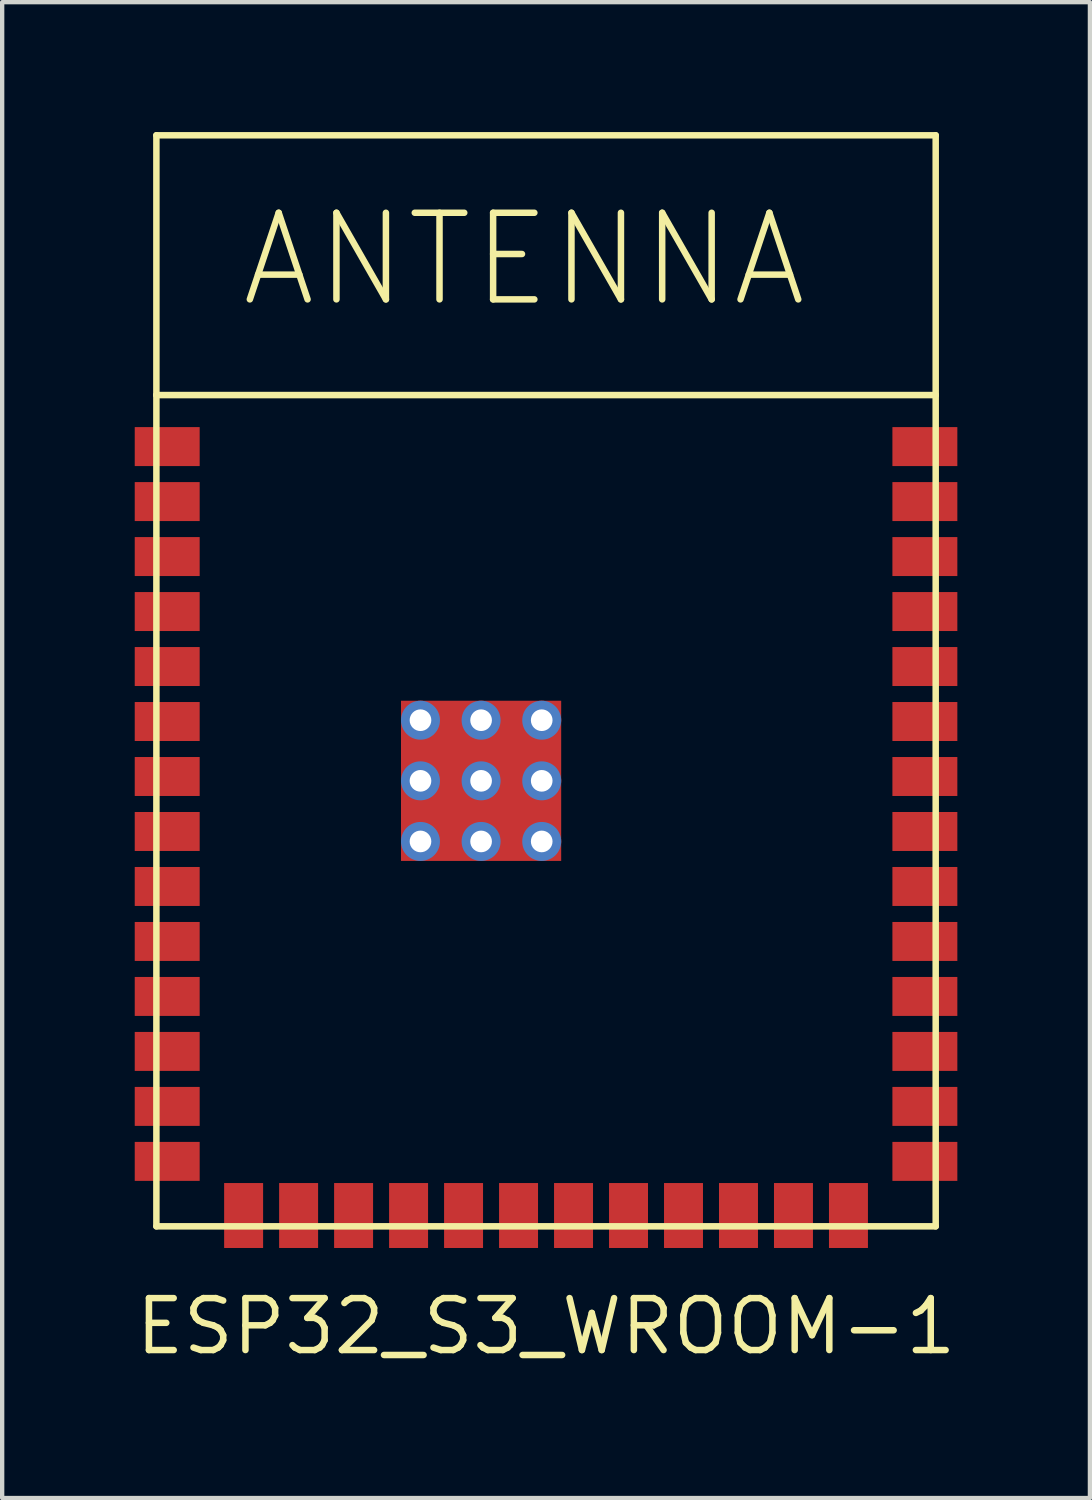
<source format=kicad_pcb>
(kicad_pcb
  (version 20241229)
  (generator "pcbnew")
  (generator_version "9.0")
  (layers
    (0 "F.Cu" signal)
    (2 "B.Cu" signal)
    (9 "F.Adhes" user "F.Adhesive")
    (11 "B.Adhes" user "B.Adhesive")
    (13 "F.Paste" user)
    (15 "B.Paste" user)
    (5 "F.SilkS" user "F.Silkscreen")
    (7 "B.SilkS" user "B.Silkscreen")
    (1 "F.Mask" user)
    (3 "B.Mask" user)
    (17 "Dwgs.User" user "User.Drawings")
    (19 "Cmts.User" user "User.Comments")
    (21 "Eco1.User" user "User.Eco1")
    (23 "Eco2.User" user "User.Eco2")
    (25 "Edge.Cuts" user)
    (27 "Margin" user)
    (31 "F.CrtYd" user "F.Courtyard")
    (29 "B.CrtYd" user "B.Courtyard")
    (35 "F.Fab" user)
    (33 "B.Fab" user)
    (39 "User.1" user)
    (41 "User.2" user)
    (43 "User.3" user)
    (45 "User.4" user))
  (footprint "ESP32_S3_WROOM-1"
    (layer "F.Cu")
    (at 9.562 16.155)
    (property "Reference" "ESP32_S3_WROOM-1" (at 0 11.43 0) (layer "F.SilkS") (effects (font (size 1.2 1.2) (thickness 0.15))))
    (attr through_hole)
    (fp_line (start -9 -16.08) (end 9 -16.08) (stroke (width 0.15) (type solid)) (layer "F.SilkS"))
    (fp_line (start -9 -10.08) (end -9 -16.08) (stroke (width 0.15) (type solid)) (layer "F.SilkS"))
    (fp_line (start -9 -10.08) (end 9 -10.08) (stroke (width 0.15) (type solid)) (layer "F.SilkS"))
    (fp_line (start -9 9.12) (end -9 -10.08) (stroke (width 0.15) (type solid)) (layer "F.SilkS"))
    (fp_line (start 9 -16.08) (end 9 -10.08) (stroke (width 0.15) (type solid)) (layer "F.SilkS"))
    (fp_line (start 9 -10.08) (end 9 9.12) (stroke (width 0.15) (type solid)) (layer "F.SilkS"))
    (fp_line (start 9 9.12) (end -9 9.12) (stroke (width 0.15) (type solid)) (layer "F.SilkS"))
    (fp_text user "ANTENNA" (at -0.508 -13.208 0) (layer "F.SilkS") (effects (font (size 2 2) (thickness 0.15))))
    (pad "1" smd rect (at -8.75 -8.89) (size 1.5 0.9) (layers "F.Cu" "F.Mask" "F.Paste"))
    (pad "2" smd rect (at -8.75 -7.62) (size 1.5 0.9) (layers "F.Cu" "F.Mask" "F.Paste"))
    (pad "3" smd rect (at -8.75 -6.35) (size 1.5 0.9) (layers "F.Cu" "F.Mask" "F.Paste"))
    (pad "4" smd rect (at -8.75 -5.08) (size 1.5 0.9) (layers "F.Cu" "F.Mask" "F.Paste"))
    (pad "5" smd rect (at -8.75 -3.81) (size 1.5 0.9) (layers "F.Cu" "F.Mask" "F.Paste"))
    (pad "6" smd rect (at -8.75 -2.54) (size 1.5 0.9) (layers "F.Cu" "F.Mask" "F.Paste"))
    (pad "7" smd rect (at -8.75 -1.27) (size 1.5 0.9) (layers "F.Cu" "F.Mask" "F.Paste"))
    (pad "8" smd rect (at -8.75 0) (size 1.5 0.9) (layers "F.Cu" "F.Mask" "F.Paste"))
    (pad "9" smd rect (at -8.75 1.27) (size 1.5 0.9) (layers "F.Cu" "F.Mask" "F.Paste"))
    (pad "10" smd rect (at -8.75 2.54) (size 1.5 0.9) (layers "F.Cu" "F.Mask" "F.Paste"))
    (pad "11" smd rect (at -8.75 3.81) (size 1.5 0.9) (layers "F.Cu" "F.Mask" "F.Paste"))
    (pad "12" smd rect (at -8.75 5.08) (size 1.5 0.9) (layers "F.Cu" "F.Mask" "F.Paste"))
    (pad "13" smd rect (at -8.75 6.35) (size 1.5 0.9) (layers "F.Cu" "F.Mask" "F.Paste"))
    (pad "14" smd rect (at -8.75 7.62) (size 1.5 0.9) (layers "F.Cu" "F.Mask" "F.Paste"))
    (pad "15" smd rect (at -6.985 8.87) (size 0.9 1.5) (layers "F.Cu" "F.Mask" "F.Paste"))
    (pad "16" smd rect (at -5.715 8.87) (size 0.9 1.5) (layers "F.Cu" "F.Mask" "F.Paste"))
    (pad "17" smd rect (at -4.445 8.87) (size 0.9 1.5) (layers "F.Cu" "F.Mask" "F.Paste"))
    (pad "18" smd rect (at -3.175 8.87) (size 0.9 1.5) (layers "F.Cu" "F.Mask" "F.Paste"))
    (pad "19" smd rect (at -1.905 8.87) (size 0.9 1.5) (layers "F.Cu" "F.Mask" "F.Paste"))
    (pad "20" smd rect (at -0.635 8.87) (size 0.9 1.5) (layers "F.Cu" "F.Mask" "F.Paste"))
    (pad "21" smd rect (at 0.635 8.87) (size 0.9 1.5) (layers "F.Cu" "F.Mask" "F.Paste"))
    (pad "22" smd rect (at 1.905 8.87) (size 0.9 1.5) (layers "F.Cu" "F.Mask" "F.Paste"))
    (pad "23" smd rect (at 3.175 8.87) (size 0.9 1.5) (layers "F.Cu" "F.Mask" "F.Paste"))
    (pad "24" smd rect (at 4.445 8.87) (size 0.9 1.5) (layers "F.Cu" "F.Mask" "F.Paste"))
    (pad "25" smd rect (at 5.715 8.87) (size 0.9 1.5) (layers "F.Cu" "F.Mask" "F.Paste"))
    (pad "26" smd rect (at 6.985 8.87) (size 0.9 1.5) (layers "F.Cu" "F.Mask" "F.Paste"))
    (pad "27" smd rect (at 8.75 7.62) (size 1.5 0.9) (layers "F.Cu" "F.Mask" "F.Paste"))
    (pad "28" smd rect (at 8.75 6.35) (size 1.5 0.9) (layers "F.Cu" "F.Mask" "F.Paste"))
    (pad "29" smd rect (at 8.75 5.08) (size 1.5 0.9) (layers "F.Cu" "F.Mask" "F.Paste"))
    (pad "30" smd rect (at 8.75 3.81) (size 1.5 0.9) (layers "F.Cu" "F.Mask" "F.Paste"))
    (pad "31" smd rect (at 8.75 2.54) (size 1.5 0.9) (layers "F.Cu" "F.Mask" "F.Paste"))
    (pad "32" smd rect (at 8.75 1.27) (size 1.5 0.9) (layers "F.Cu" "F.Mask" "F.Paste"))
    (pad "33" smd rect (at 8.75 0) (size 1.5 0.9) (layers "F.Cu" "F.Mask" "F.Paste"))
    (pad "34" smd rect (at 8.75 -1.27) (size 1.5 0.9) (layers "F.Cu" "F.Mask" "F.Paste"))
    (pad "35" smd rect (at 8.75 -2.54) (size 1.5 0.9) (layers "F.Cu" "F.Mask" "F.Paste"))
    (pad "36" smd rect (at 8.75 -3.81) (size 1.5 0.9) (layers "F.Cu" "F.Mask" "F.Paste"))
    (pad "37" smd rect (at 8.75 -5.08) (size 1.5 0.9) (layers "F.Cu" "F.Mask" "F.Paste"))
    (pad "38" smd rect (at 8.75 -6.35) (size 1.5 0.9) (layers "F.Cu" "F.Mask" "F.Paste"))
    (pad "39" smd rect (at 8.75 -7.62) (size 1.5 0.9) (layers "F.Cu" "F.Mask" "F.Paste"))
    (pad "40" smd rect (at 8.75 -8.89) (size 1.5 0.9) (layers "F.Cu" "F.Mask" "F.Paste"))
    (pad "EPad" thru_hole circle (at -2.9 -2.57) (size 0.9 0.9) (drill 0.5) (layers "*.Cu" "*.Mask"))
    (pad "EPad" thru_hole circle (at -2.9 -1.17) (size 0.9 0.9) (drill 0.5) (layers "*.Cu" "*.Mask"))
    (pad "EPad" thru_hole circle (at -2.9 0.23) (size 0.9 0.9) (drill 0.5) (layers "*.Cu" "*.Mask"))
    (pad "EPad" thru_hole circle (at -1.5 -2.57) (size 0.9 0.9) (drill 0.5) (layers "*.Cu" "*.Mask"))
    (pad "EPad" thru_hole circle (at -1.5 -1.17) (size 0.9 0.9) (drill 0.5) (layers "*.Cu" "*.Mask"))
    (pad "EPad" smd rect (at -1.5 -1.17) (size 3.7 3.7) (layers "F.Cu" "F.Mask" "F.Paste"))
    (pad "EPad" thru_hole circle (at -1.5 0.23) (size 0.9 0.9) (drill 0.5) (layers "*.Cu" "*.Mask"))
    (pad "EPad" thru_hole circle (at -0.1 -2.57) (size 0.9 0.9) (drill 0.5) (layers "*.Cu" "*.Mask"))
    (pad "EPad" thru_hole circle (at -0.1 -1.17) (size 0.9 0.9) (drill 0.5) (layers "*.Cu" "*.Mask"))
    (pad "EPad" thru_hole circle (at -0.1 0.23) (size 0.9 0.9) (drill 0.5) (layers "*.Cu" "*.Mask")))
  (gr_rect
    (start -3 -3)
    (end 22.124 31.55)
    (stroke (width 0.1) (type default))
    (fill no)
    (layer "Edge.Cuts")))
</source>
